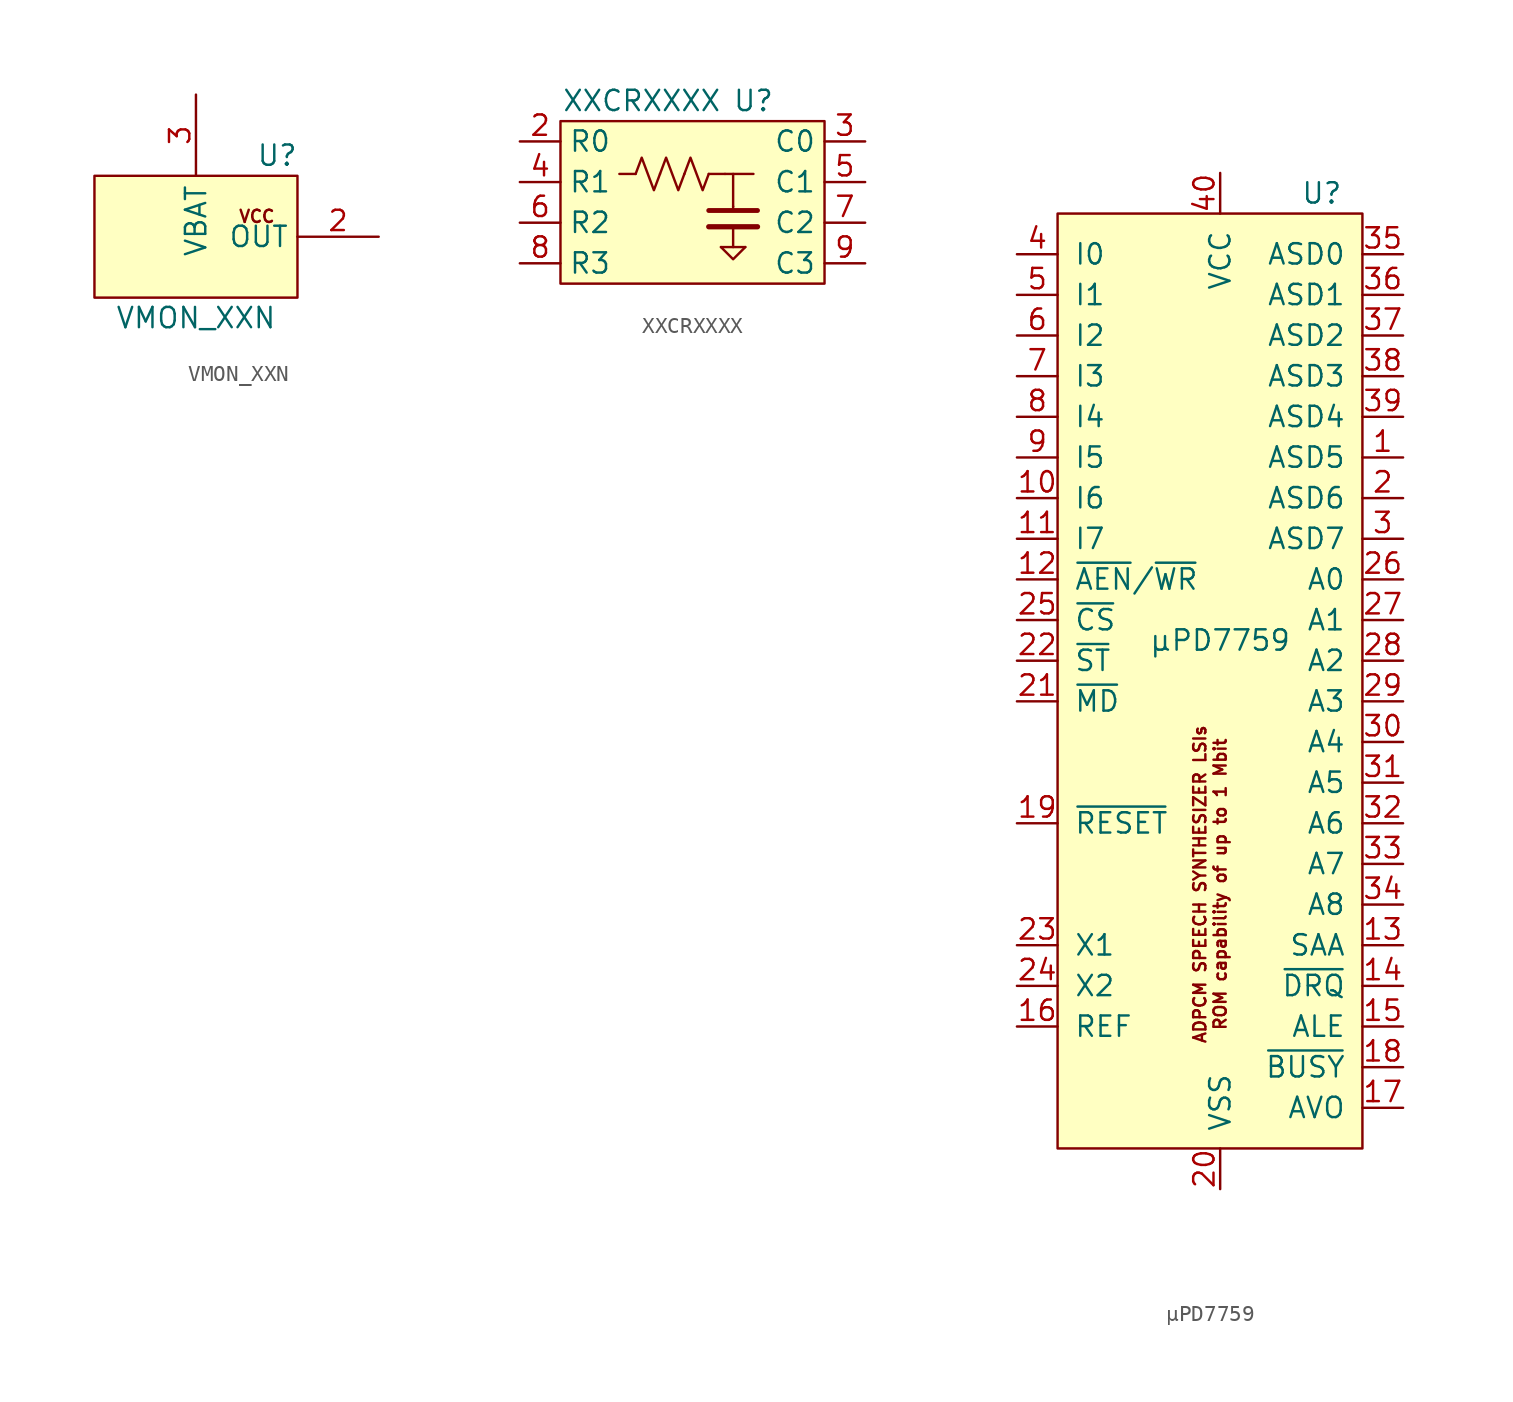
<source format=kicad_sym>
(kicad_symbol_lib
  (version 20231120)
  (generator "kicad_symbol_editor")
  (generator_version "8.0")
  (symbol "VMON_XXN"
    (property "Reference" "U"
      (at 5.08 5.08 0)
      (effects (font (size 1.27 1.27))))
    (property "Value" "VMON_XXN"
      (at 0 -5.08 0)
      (effects (font (size 1.27 1.27))))
    (symbol "VMON_XXN_0_0"
      (rectangle (start -6.35 3.81) (end 6.35 -3.81) (stroke (width 0.152) (type default)) (fill (type background)))
      (text "VCC" (at 3.81 1.27 0) (effects (font (size 0.762 0.762)))))
    (symbol "VMON_XXN_1_1"
      (pin power_in line (at 0 -3.81 90) (length 5.08) hide (name "VSS" (effects (font (size 1.27 1.27)))) (number "1" (effects (font (size 1.27 1.27)))))
      (pin output line (at 11.43 0 180) (length 5.08) (name "OUT" (effects (font (size 1.27 1.27)))) (number "2" (effects (font (size 1.27 1.27)))))
      (pin input line (at 0 8.89 270) (length 5.08) (name "VBAT" (effects (font (size 1.27 1.27)))) (number "3" (effects (font (size 1.27 1.27)))))))
  (symbol "XXCRXXXX"
    (property "Reference" "U"
      (at 4.445 6.35 0)
      (effects (font (size 1.27 1.27))))
    (property "Value" "XXCRXXXX"
      (at -2.54 6.35 0)
      (effects (font (size 1.27 1.27))))
    (symbol "XXCRXXXX_0_1"
      (rectangle (start -7.62 5.08) (end 8.89 -5.08) (stroke (width 0.152) (type default)) (fill (type background)))
      (polyline (pts (xy -2.921 1.778) (xy -3.937 1.778)) (stroke (width 0.152) (type default)) (fill (type none)))
      (polyline (pts (xy 1.651 -1.524) (xy 4.699 -1.524)) (stroke (width 0.33) (type default)) (fill (type none)))
      (polyline (pts (xy 1.651 -0.508) (xy 4.699 -0.508)) (stroke (width 0.305) (type default)) (fill (type none)))
      (polyline (pts (xy 2.413 -2.794) (xy 3.937 -2.794)) (stroke (width 0.152) (type default)) (fill (type none)))
      (polyline (pts (xy 2.667 1.778) (xy 1.651 1.778)) (stroke (width 0.152) (type default)) (fill (type none)))
      (polyline (pts (xy 2.667 1.778) (xy 4.445 1.778)) (stroke (width 0.152) (type default)) (fill (type none)))
      (polyline (pts (xy 3.175 -1.524) (xy 3.175 -2.794)) (stroke (width 0.152) (type default)) (fill (type none)))
      (polyline (pts (xy 3.175 -0.254) (xy 3.175 -0.508)) (stroke (width 0.152) (type default)) (fill (type none)))
      (polyline (pts (xy 3.175 1.778) (xy 3.175 -0.254)) (stroke (width 0.152) (type default)) (fill (type none)))
      (polyline (pts (xy 3.937 -2.794) (xy 3.175 -3.556) (xy 2.413 -2.794)) (stroke (width 0.152) (type default)) (fill (type none)))
      (polyline (pts (xy -2.921 1.778) (xy -2.54 2.794) (xy -2.159 1.778) (xy -1.778 0.762) (xy -1.397 1.778)) (stroke (width 0) (type default)) (fill (type none)))
      (polyline (pts (xy -1.397 1.778) (xy -1.016 2.794) (xy -0.635 1.778) (xy -0.254 0.762) (xy 0.127 1.778)) (stroke (width 0) (type default)) (fill (type none)))
      (polyline (pts (xy 0.127 1.778) (xy 0.508 2.794) (xy 0.889 1.778) (xy 1.27 0.762) (xy 1.651 1.778)) (stroke (width 0) (type default)) (fill (type none))))
    (symbol "XXCRXXXX_1_1"
      (pin power_in line (at 0.635 5.08 270) (length 2.54) hide (name "VCC" (effects (font (size 1.27 1.27)))) (number "1" (effects (font (size 1.27 1.27)))))
      (pin power_in line (at 0.635 -5.08 90) (length 2.54) hide (name "VSS" (effects (font (size 1.27 1.27)))) (number "10" (effects (font (size 1.27 1.27)))))
      (pin input line (at -10.16 3.81 0) (length 2.54) (name "R0" (effects (font (size 1.27 1.27)))) (number "2" (effects (font (size 1.27 1.27)))))
      (pin output line (at 11.43 3.81 180) (length 2.54) (name "C0" (effects (font (size 1.27 1.27)))) (number "3" (effects (font (size 1.27 1.27)))))
      (pin input line (at -10.16 1.27 0) (length 2.54) (name "R1" (effects (font (size 1.27 1.27)))) (number "4" (effects (font (size 1.27 1.27)))))
      (pin output line (at 11.43 1.27 180) (length 2.54) (name "C1" (effects (font (size 1.27 1.27)))) (number "5" (effects (font (size 1.27 1.27)))))
      (pin input line (at -10.16 -1.27 0) (length 2.54) (name "R2" (effects (font (size 1.27 1.27)))) (number "6" (effects (font (size 1.27 1.27)))))
      (pin output line (at 11.43 -1.27 180) (length 2.54) (name "C2" (effects (font (size 1.27 1.27)))) (number "7" (effects (font (size 1.27 1.27)))))
      (pin input line (at -10.16 -3.81 0) (length 2.54) (name "R3" (effects (font (size 1.27 1.27)))) (number "8" (effects (font (size 1.27 1.27)))))
      (pin output line (at 11.43 -3.81 180) (length 2.54) (name "C3" (effects (font (size 1.27 1.27)))) (number "9" (effects (font (size 1.27 1.27)))))))
  (symbol "μPD7759"
    (pin_names
      (offset 1.016))
    (property "Reference" "U"
      (at 6.35 29.21 0)
      (effects (font (size 1.27 1.27))))
    (property "Value" "μPD7759"
      (at 0 1.27 0)
      (effects (font (size 1.27 1.27))))
    (symbol "μPD7759_0_0"
      (text "ADPCM SPEECH SYNTHESIZER LSIs" (at -1.27 -13.97 900) (effects (font (size 0.762 0.762))))
      (text "ROM capability of up to 1 Mbit" (at 0 -13.97 900) (effects (font (size 0.762 0.762)))))
    (symbol "μPD7759_0_1"
      (rectangle (start -10.16 27.94) (end 8.89 -30.48) (stroke (width 0) (type default)) (fill (type background))))
    (symbol "μPD7759_1_1"
      (pin bidirectional line (at 11.43 12.7 180) (length 2.54) (name "ASD5" (effects (font (size 1.27 1.27)))) (number "1" (effects (font (size 1.27 1.27)))))
      (pin input line (at -12.7 10.16 0) (length 2.54) (name "I6" (effects (font (size 1.27 1.27)))) (number "10" (effects (font (size 1.27 1.27)))))
      (pin input line (at -12.7 7.62 0) (length 2.54) (name "I7" (effects (font (size 1.27 1.27)))) (number "11" (effects (font (size 1.27 1.27)))))
      (pin bidirectional line (at -12.7 5.08 0) (length 2.54) (name "~{AEN}/~{WR}" (effects (font (size 1.27 1.27)))) (number "12" (effects (font (size 1.27 1.27)))))
      (pin output line (at 11.43 -17.78 180) (length 2.54) (name "SAA" (effects (font (size 1.27 1.27)))) (number "13" (effects (font (size 1.27 1.27)))))
      (pin output line (at 11.43 -20.32 180) (length 2.54) (name "~{DRQ}" (effects (font (size 1.27 1.27)))) (number "14" (effects (font (size 1.27 1.27)))))
      (pin output line (at 11.43 -22.86 180) (length 2.54) (name "ALE" (effects (font (size 1.27 1.27)))) (number "15" (effects (font (size 1.27 1.27)))))
      (pin passive line (at -12.7 -22.86 0) (length 2.54) (name "REF" (effects (font (size 1.27 1.27)))) (number "16" (effects (font (size 1.27 1.27)))))
      (pin passive line (at 11.43 -27.94 180) (length 2.54) (name "AVO" (effects (font (size 1.27 1.27)))) (number "17" (effects (font (size 1.27 1.27)))))
      (pin output line (at 11.43 -25.4 180) (length 2.54) (name "~{BUSY}" (effects (font (size 1.27 1.27)))) (number "18" (effects (font (size 1.27 1.27)))))
      (pin input line (at -12.7 -10.16 0) (length 2.54) (name "~{RESET}" (effects (font (size 1.27 1.27)))) (number "19" (effects (font (size 1.27 1.27)))))
      (pin bidirectional line (at 11.43 10.16 180) (length 2.54) (name "ASD6" (effects (font (size 1.27 1.27)))) (number "2" (effects (font (size 1.27 1.27)))))
      (pin power_in line (at 0 -33.02 90) (length 2.54) (name "VSS" (effects (font (size 1.27 1.27)))) (number "20" (effects (font (size 1.27 1.27)))))
      (pin input line (at -12.7 -2.54 0) (length 2.54) (name "~{MD}" (effects (font (size 1.27 1.27)))) (number "21" (effects (font (size 1.27 1.27)))))
      (pin input line (at -12.7 0 0) (length 2.54) (name "~{ST}" (effects (font (size 1.27 1.27)))) (number "22" (effects (font (size 1.27 1.27)))))
      (pin passive line (at -12.7 -17.78 0) (length 2.54) (name "X1" (effects (font (size 1.27 1.27)))) (number "23" (effects (font (size 1.27 1.27)))))
      (pin passive line (at -12.7 -20.32 0) (length 2.54) (name "X2" (effects (font (size 1.27 1.27)))) (number "24" (effects (font (size 1.27 1.27)))))
      (pin input line (at -12.7 2.54 0) (length 2.54) (name "~{CS}" (effects (font (size 1.27 1.27)))) (number "25" (effects (font (size 1.27 1.27)))))
      (pin output line (at 11.43 5.08 180) (length 2.54) (name "A0" (effects (font (size 1.27 1.27)))) (number "26" (effects (font (size 1.27 1.27)))))
      (pin output line (at 11.43 2.54 180) (length 2.54) (name "A1" (effects (font (size 1.27 1.27)))) (number "27" (effects (font (size 1.27 1.27)))))
      (pin output line (at 11.43 0 180) (length 2.54) (name "A2" (effects (font (size 1.27 1.27)))) (number "28" (effects (font (size 1.27 1.27)))))
      (pin output line (at 11.43 -2.54 180) (length 2.54) (name "A3" (effects (font (size 1.27 1.27)))) (number "29" (effects (font (size 1.27 1.27)))))
      (pin bidirectional line (at 11.43 7.62 180) (length 2.54) (name "ASD7" (effects (font (size 1.27 1.27)))) (number "3" (effects (font (size 1.27 1.27)))))
      (pin output line (at 11.43 -5.08 180) (length 2.54) (name "A4" (effects (font (size 1.27 1.27)))) (number "30" (effects (font (size 1.27 1.27)))))
      (pin output line (at 11.43 -7.62 180) (length 2.54) (name "A5" (effects (font (size 1.27 1.27)))) (number "31" (effects (font (size 1.27 1.27)))))
      (pin output line (at 11.43 -10.16 180) (length 2.54) (name "A6" (effects (font (size 1.27 1.27)))) (number "32" (effects (font (size 1.27 1.27)))))
      (pin output line (at 11.43 -12.7 180) (length 2.54) (name "A7" (effects (font (size 1.27 1.27)))) (number "33" (effects (font (size 1.27 1.27)))))
      (pin output line (at 11.43 -15.24 180) (length 2.54) (name "A8" (effects (font (size 1.27 1.27)))) (number "34" (effects (font (size 1.27 1.27)))))
      (pin bidirectional line (at 11.43 25.4 180) (length 2.54) (name "ASD0" (effects (font (size 1.27 1.27)))) (number "35" (effects (font (size 1.27 1.27)))))
      (pin bidirectional line (at 11.43 22.86 180) (length 2.54) (name "ASD1" (effects (font (size 1.27 1.27)))) (number "36" (effects (font (size 1.27 1.27)))))
      (pin bidirectional line (at 11.43 20.32 180) (length 2.54) (name "ASD2" (effects (font (size 1.27 1.27)))) (number "37" (effects (font (size 1.27 1.27)))))
      (pin bidirectional line (at 11.43 17.78 180) (length 2.54) (name "ASD3" (effects (font (size 1.27 1.27)))) (number "38" (effects (font (size 1.27 1.27)))))
      (pin bidirectional line (at 11.43 15.24 180) (length 2.54) (name "ASD4" (effects (font (size 1.27 1.27)))) (number "39" (effects (font (size 1.27 1.27)))))
      (pin input line (at -12.7 25.4 0) (length 2.54) (name "I0" (effects (font (size 1.27 1.27)))) (number "4" (effects (font (size 1.27 1.27)))))
      (pin power_in line (at 0 30.48 270) (length 2.54) (name "VCC" (effects (font (size 1.27 1.27)))) (number "40" (effects (font (size 1.27 1.27)))))
      (pin input line (at -12.7 22.86 0) (length 2.54) (name "I1" (effects (font (size 1.27 1.27)))) (number "5" (effects (font (size 1.27 1.27)))))
      (pin input line (at -12.7 20.32 0) (length 2.54) (name "I2" (effects (font (size 1.27 1.27)))) (number "6" (effects (font (size 1.27 1.27)))))
      (pin input line (at -12.7 17.78 0) (length 2.54) (name "I3" (effects (font (size 1.27 1.27)))) (number "7" (effects (font (size 1.27 1.27)))))
      (pin input line (at -12.7 15.24 0) (length 2.54) (name "I4" (effects (font (size 1.27 1.27)))) (number "8" (effects (font (size 1.27 1.27)))))
      (pin input line (at -12.7 12.7 0) (length 2.54) (name "I5" (effects (font (size 1.27 1.27)))) (number "9" (effects (font (size 1.27 1.27))))))))
</source>
